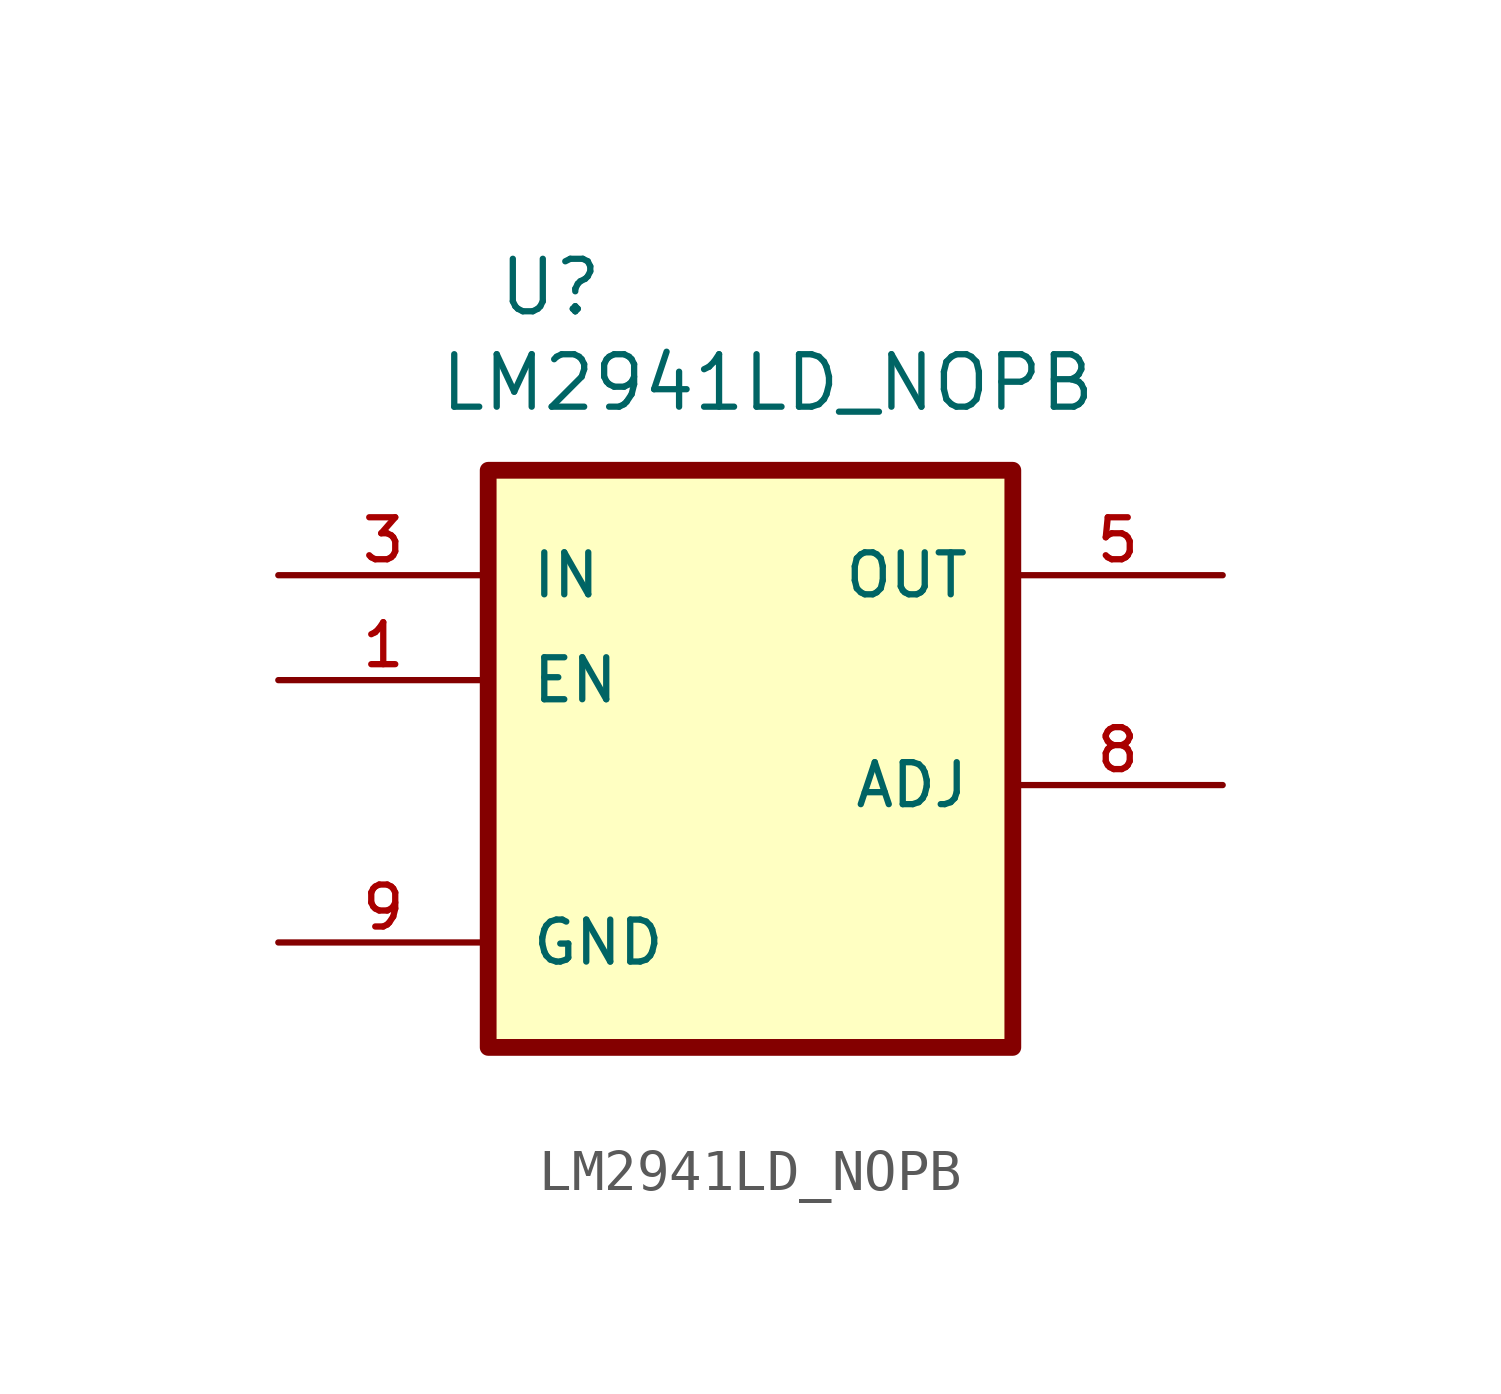
<source format=kicad_sym>
(kicad_symbol_lib
  (version 20231120)
  (generator "kicad_symbol_editor")
  (generator_version "8.0")
  (symbol "LM2941LD_NOPB"
    (pin_names
      (offset 1.016))
    (property "Reference" "U"
      (at -6.156 12.576 0)
      (effects (font (size 1.27 1.27)) (justify left bottom)))
    (property "Value" "LM2941LD_NOPB"
      (at -7.574 10.266 0)
      (effects (font (size 1.27 1.27)) (justify left bottom)))
    (symbol "LM2941LD_NOPB_0_0"
      (rectangle (start -6.35 8.89) (end 6.35 -5.08) (stroke (width 0.406) (type default)) (fill (type background)))
      (pin input line (at -11.43 6.35 0) (length 5.08) (name "IN" (effects (font (size 1.016 1.016)))) (number "3" (effects (font (size 1.016 1.016)))))
      (pin output line (at 11.43 6.35 180) (length 5.08) (name "OUT" (effects (font (size 1.016 1.016)))) (number "5" (effects (font (size 1.016 1.016)))))
      (pin passive line (at 11.43 1.27 180) (length 5.08) (name "ADJ" (effects (font (size 1.016 1.016)))) (number "8" (effects (font (size 1.016 1.016)))))
      (pin passive line (at -11.43 -2.54 0) (length 5.08) (name "GND" (effects (font (size 1.016 1.016)))) (number "9" (effects (font (size 1.016 1.016))))))
    (symbol "LM2941LD_NOPB_1_0"
      (pin passive line (at -11.43 3.81 0) (length 5.08) (name "EN" (effects (font (size 1.016 1.016)))) (number "1" (effects (font (size 1.016 1.016)))))
      (pin passive line (at -11.43 -2.54 0) (length 5.08) hide (name "GND" (effects (font (size 1.016 1.016)))) (number "2" (effects (font (size 1.016 1.016)))))
      (pin no_connect line (at 11.43 -3.81 180) (length 5.08) hide (name "NC" (effects (font (size 1.016 1.016)))) (number "4" (effects (font (size 1.016 1.016)))))
      (pin no_connect line (at 11.43 -2.54 180) (length 5.08) hide (name "NC" (effects (font (size 1.016 1.016)))) (number "6" (effects (font (size 1.016 1.016)))))
      (pin passive line (at -11.43 -2.54 0) (length 5.08) hide (name "GND" (effects (font (size 1.016 1.016)))) (number "7" (effects (font (size 1.016 1.016))))))))
</source>
